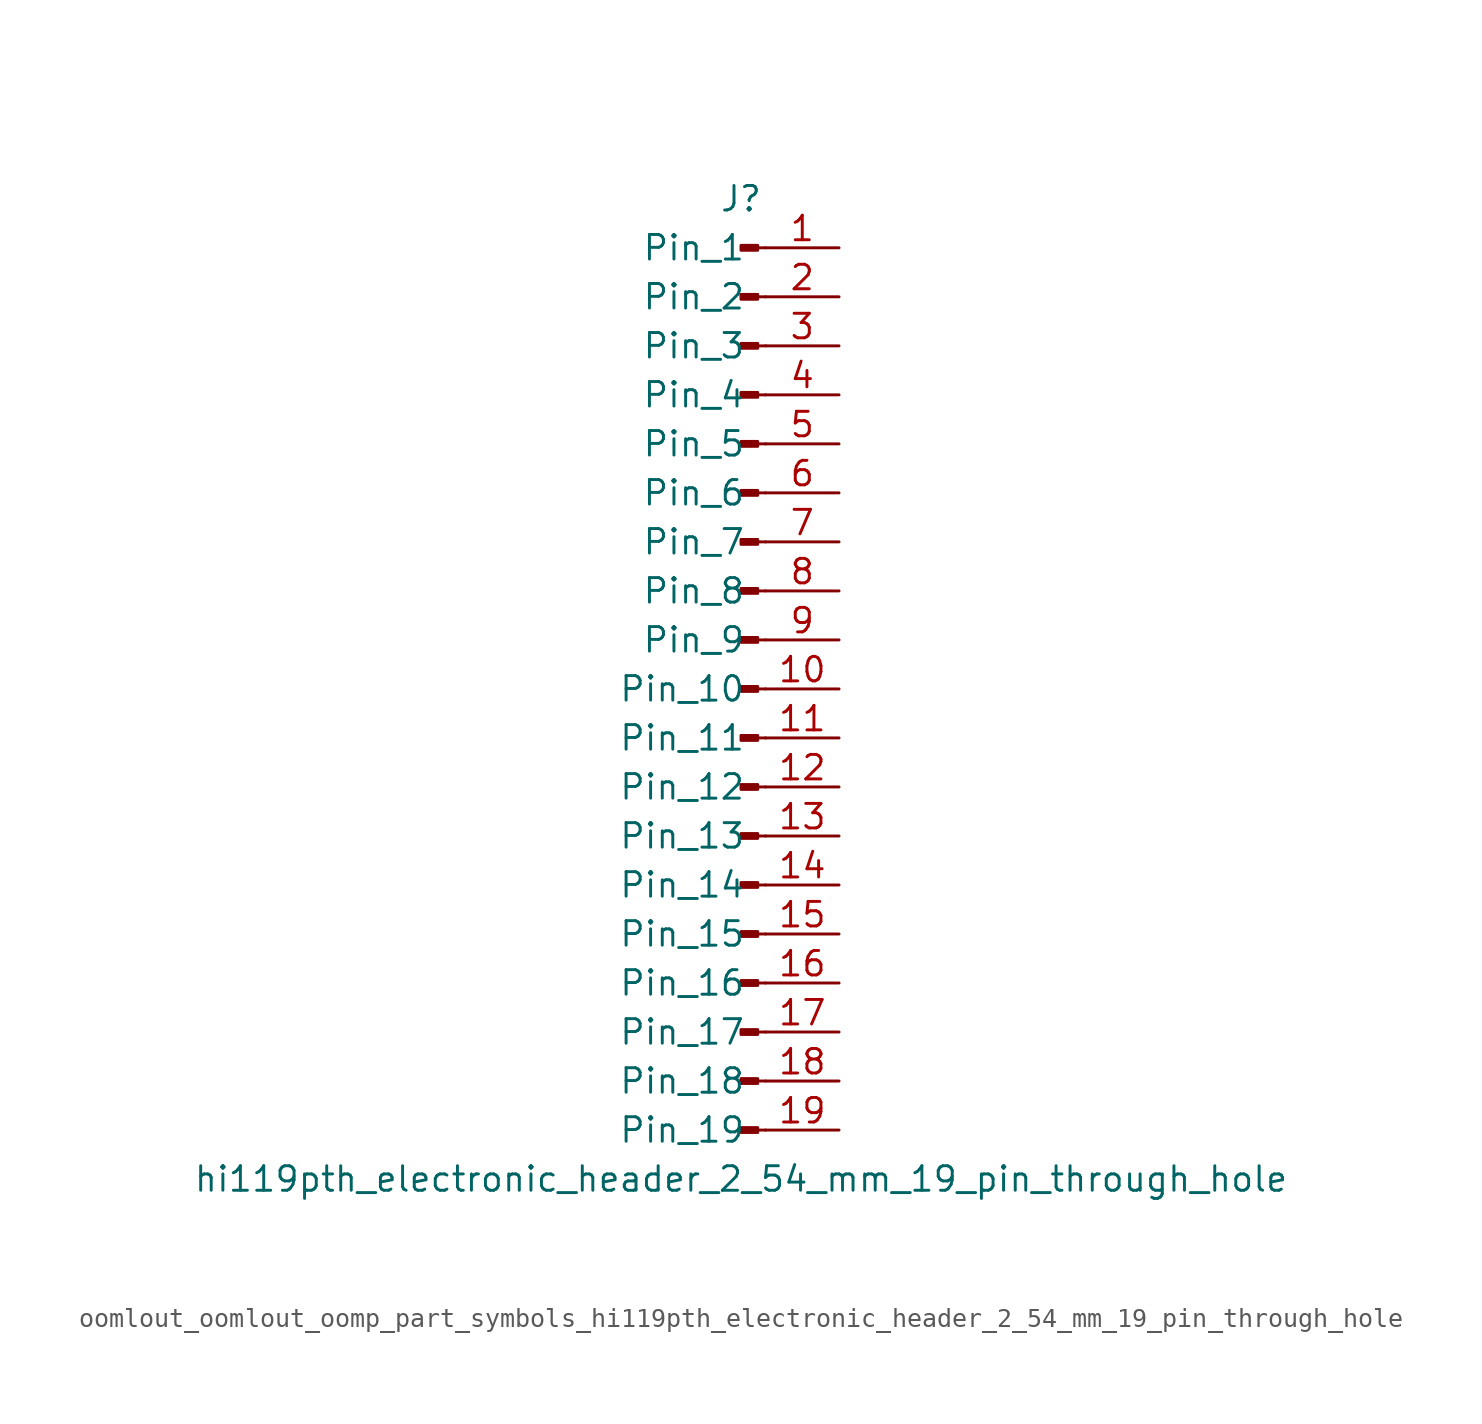
<source format=kicad_sym>
(kicad_symbol_lib
  (version 20220914)
  (generator kicad_symbol_editor)
  (symbol "oomlout_oomlout_oomp_part_symbols_hi119pth_electronic_header_2_54_mm_19_pin_through_hole"
    (pin_names
      (offset 1.016))
    (property "Reference" "J"
      (at 0 25.4 0)
      (effects (font (size 1.27 1.27))))
    (property "Value" "hi119pth_electronic_header_2_54_mm_19_pin_through_hole"
      (at 0 -25.4 0)
      (effects (font (size 1.27 1.27))))
    (property "ki_locked" ""
      (at 0 0 0)
      (effects (font (size 1.27 1.27))))
    (symbol "oomlout_oomlout_oomp_part_symbols_hi119pth_electronic_header_2_54_mm_19_pin_through_hole_1_1"
      (polyline (pts (xy 1.27 -22.86) (xy 0.864 -22.86)) (stroke (width 0.152) (type default)) (fill (type none)))
      (polyline (pts (xy 1.27 -20.32) (xy 0.864 -20.32)) (stroke (width 0.152) (type default)) (fill (type none)))
      (polyline (pts (xy 1.27 -17.78) (xy 0.864 -17.78)) (stroke (width 0.152) (type default)) (fill (type none)))
      (polyline (pts (xy 1.27 -15.24) (xy 0.864 -15.24)) (stroke (width 0.152) (type default)) (fill (type none)))
      (polyline (pts (xy 1.27 -12.7) (xy 0.864 -12.7)) (stroke (width 0.152) (type default)) (fill (type none)))
      (polyline (pts (xy 1.27 -10.16) (xy 0.864 -10.16)) (stroke (width 0.152) (type default)) (fill (type none)))
      (polyline (pts (xy 1.27 -7.62) (xy 0.864 -7.62)) (stroke (width 0.152) (type default)) (fill (type none)))
      (polyline (pts (xy 1.27 -5.08) (xy 0.864 -5.08)) (stroke (width 0.152) (type default)) (fill (type none)))
      (polyline (pts (xy 1.27 -2.54) (xy 0.864 -2.54)) (stroke (width 0.152) (type default)) (fill (type none)))
      (polyline (pts (xy 1.27 0) (xy 0.864 0)) (stroke (width 0.152) (type default)) (fill (type none)))
      (polyline (pts (xy 1.27 2.54) (xy 0.864 2.54)) (stroke (width 0.152) (type default)) (fill (type none)))
      (polyline (pts (xy 1.27 5.08) (xy 0.864 5.08)) (stroke (width 0.152) (type default)) (fill (type none)))
      (polyline (pts (xy 1.27 7.62) (xy 0.864 7.62)) (stroke (width 0.152) (type default)) (fill (type none)))
      (polyline (pts (xy 1.27 10.16) (xy 0.864 10.16)) (stroke (width 0.152) (type default)) (fill (type none)))
      (polyline (pts (xy 1.27 12.7) (xy 0.864 12.7)) (stroke (width 0.152) (type default)) (fill (type none)))
      (polyline (pts (xy 1.27 15.24) (xy 0.864 15.24)) (stroke (width 0.152) (type default)) (fill (type none)))
      (polyline (pts (xy 1.27 17.78) (xy 0.864 17.78)) (stroke (width 0.152) (type default)) (fill (type none)))
      (polyline (pts (xy 1.27 20.32) (xy 0.864 20.32)) (stroke (width 0.152) (type default)) (fill (type none)))
      (polyline (pts (xy 1.27 22.86) (xy 0.864 22.86)) (stroke (width 0.152) (type default)) (fill (type none)))
      (rectangle (start 0.864 -22.733) (end 0 -22.987) (stroke (width 0.152) (type default)) (fill (type outline)))
      (rectangle (start 0.864 -20.193) (end 0 -20.447) (stroke (width 0.152) (type default)) (fill (type outline)))
      (rectangle (start 0.864 -17.653) (end 0 -17.907) (stroke (width 0.152) (type default)) (fill (type outline)))
      (rectangle (start 0.864 -15.113) (end 0 -15.367) (stroke (width 0.152) (type default)) (fill (type outline)))
      (rectangle (start 0.864 -12.573) (end 0 -12.827) (stroke (width 0.152) (type default)) (fill (type outline)))
      (rectangle (start 0.864 -10.033) (end 0 -10.287) (stroke (width 0.152) (type default)) (fill (type outline)))
      (rectangle (start 0.864 -7.493) (end 0 -7.747) (stroke (width 0.152) (type default)) (fill (type outline)))
      (rectangle (start 0.864 -4.953) (end 0 -5.207) (stroke (width 0.152) (type default)) (fill (type outline)))
      (rectangle (start 0.864 -2.413) (end 0 -2.667) (stroke (width 0.152) (type default)) (fill (type outline)))
      (rectangle (start 0.864 0.127) (end 0 -0.127) (stroke (width 0.152) (type default)) (fill (type outline)))
      (rectangle (start 0.864 2.667) (end 0 2.413) (stroke (width 0.152) (type default)) (fill (type outline)))
      (rectangle (start 0.864 5.207) (end 0 4.953) (stroke (width 0.152) (type default)) (fill (type outline)))
      (rectangle (start 0.864 7.747) (end 0 7.493) (stroke (width 0.152) (type default)) (fill (type outline)))
      (rectangle (start 0.864 10.287) (end 0 10.033) (stroke (width 0.152) (type default)) (fill (type outline)))
      (rectangle (start 0.864 12.827) (end 0 12.573) (stroke (width 0.152) (type default)) (fill (type outline)))
      (rectangle (start 0.864 15.367) (end 0 15.113) (stroke (width 0.152) (type default)) (fill (type outline)))
      (rectangle (start 0.864 17.907) (end 0 17.653) (stroke (width 0.152) (type default)) (fill (type outline)))
      (rectangle (start 0.864 20.447) (end 0 20.193) (stroke (width 0.152) (type default)) (fill (type outline)))
      (rectangle (start 0.864 22.987) (end 0 22.733) (stroke (width 0.152) (type default)) (fill (type outline)))
      (pin passive line (at 5.08 22.86 180) (length 3.81) (name "Pin_1" (effects (font (size 1.27 1.27)))) (number "1" (effects (font (size 1.27 1.27)))))
      (pin passive line (at 5.08 0 180) (length 3.81) (name "Pin_10" (effects (font (size 1.27 1.27)))) (number "10" (effects (font (size 1.27 1.27)))))
      (pin passive line (at 5.08 -2.54 180) (length 3.81) (name "Pin_11" (effects (font (size 1.27 1.27)))) (number "11" (effects (font (size 1.27 1.27)))))
      (pin passive line (at 5.08 -5.08 180) (length 3.81) (name "Pin_12" (effects (font (size 1.27 1.27)))) (number "12" (effects (font (size 1.27 1.27)))))
      (pin passive line (at 5.08 -7.62 180) (length 3.81) (name "Pin_13" (effects (font (size 1.27 1.27)))) (number "13" (effects (font (size 1.27 1.27)))))
      (pin passive line (at 5.08 -10.16 180) (length 3.81) (name "Pin_14" (effects (font (size 1.27 1.27)))) (number "14" (effects (font (size 1.27 1.27)))))
      (pin passive line (at 5.08 -12.7 180) (length 3.81) (name "Pin_15" (effects (font (size 1.27 1.27)))) (number "15" (effects (font (size 1.27 1.27)))))
      (pin passive line (at 5.08 -15.24 180) (length 3.81) (name "Pin_16" (effects (font (size 1.27 1.27)))) (number "16" (effects (font (size 1.27 1.27)))))
      (pin passive line (at 5.08 -17.78 180) (length 3.81) (name "Pin_17" (effects (font (size 1.27 1.27)))) (number "17" (effects (font (size 1.27 1.27)))))
      (pin passive line (at 5.08 -20.32 180) (length 3.81) (name "Pin_18" (effects (font (size 1.27 1.27)))) (number "18" (effects (font (size 1.27 1.27)))))
      (pin passive line (at 5.08 -22.86 180) (length 3.81) (name "Pin_19" (effects (font (size 1.27 1.27)))) (number "19" (effects (font (size 1.27 1.27)))))
      (pin passive line (at 5.08 20.32 180) (length 3.81) (name "Pin_2" (effects (font (size 1.27 1.27)))) (number "2" (effects (font (size 1.27 1.27)))))
      (pin passive line (at 5.08 17.78 180) (length 3.81) (name "Pin_3" (effects (font (size 1.27 1.27)))) (number "3" (effects (font (size 1.27 1.27)))))
      (pin passive line (at 5.08 15.24 180) (length 3.81) (name "Pin_4" (effects (font (size 1.27 1.27)))) (number "4" (effects (font (size 1.27 1.27)))))
      (pin passive line (at 5.08 12.7 180) (length 3.81) (name "Pin_5" (effects (font (size 1.27 1.27)))) (number "5" (effects (font (size 1.27 1.27)))))
      (pin passive line (at 5.08 10.16 180) (length 3.81) (name "Pin_6" (effects (font (size 1.27 1.27)))) (number "6" (effects (font (size 1.27 1.27)))))
      (pin passive line (at 5.08 7.62 180) (length 3.81) (name "Pin_7" (effects (font (size 1.27 1.27)))) (number "7" (effects (font (size 1.27 1.27)))))
      (pin passive line (at 5.08 5.08 180) (length 3.81) (name "Pin_8" (effects (font (size 1.27 1.27)))) (number "8" (effects (font (size 1.27 1.27)))))
      (pin passive line (at 5.08 2.54 180) (length 3.81) (name "Pin_9" (effects (font (size 1.27 1.27)))) (number "9" (effects (font (size 1.27 1.27))))))))
</source>
